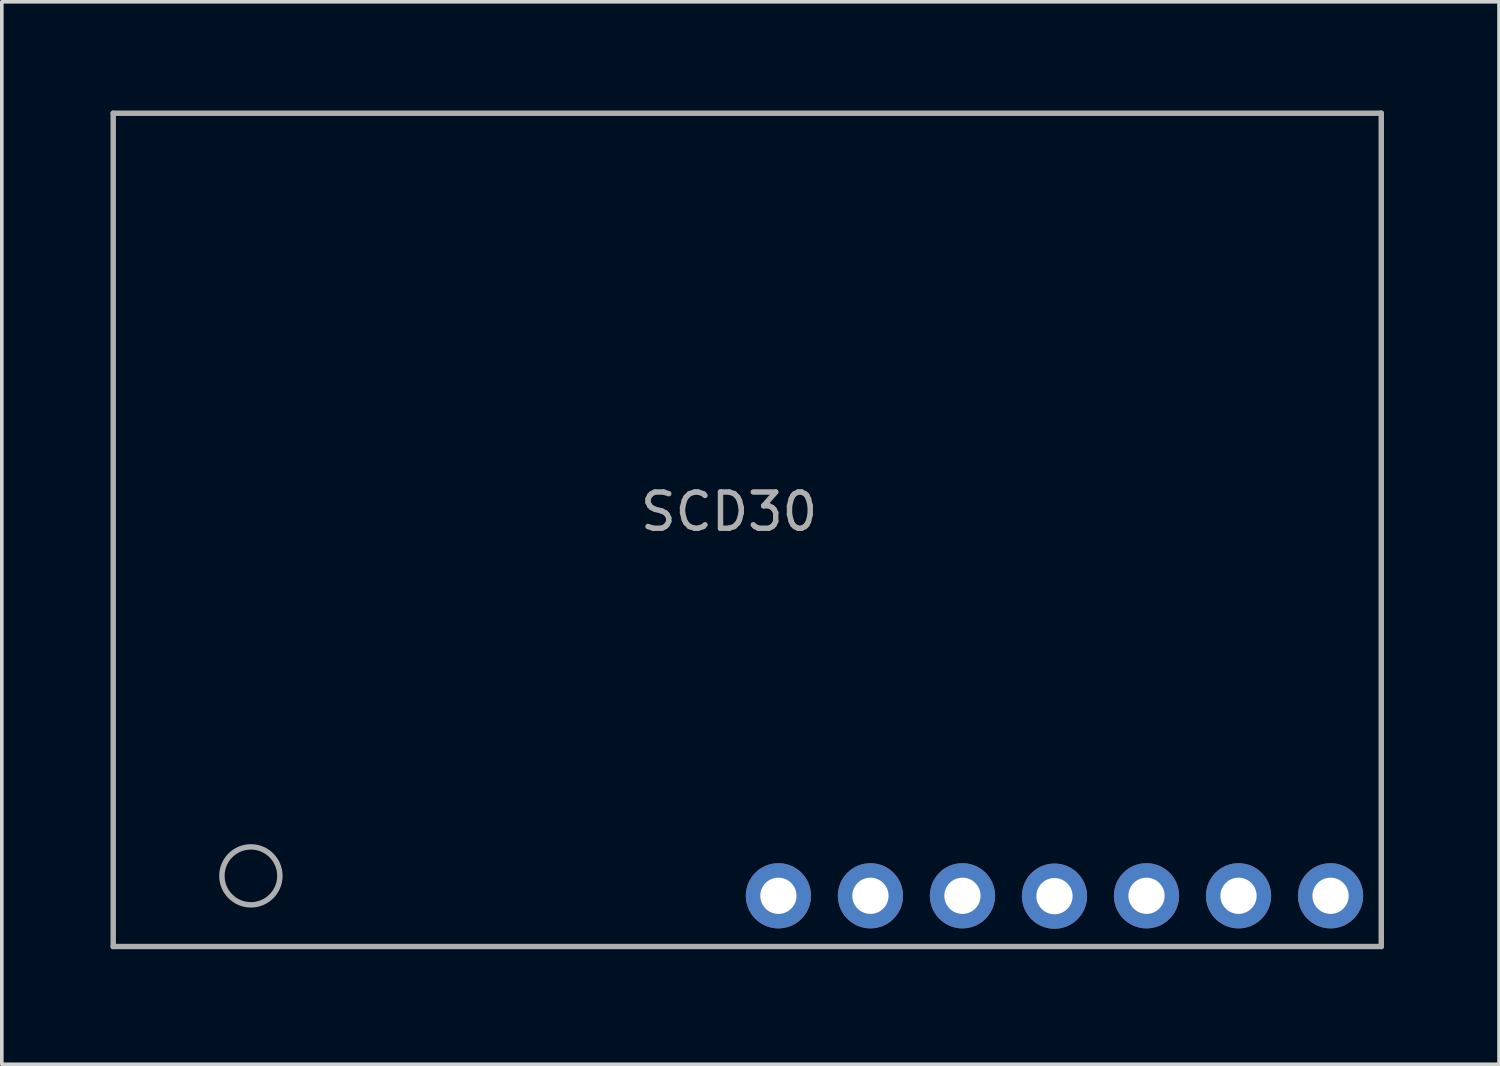
<source format=kicad_pcb>
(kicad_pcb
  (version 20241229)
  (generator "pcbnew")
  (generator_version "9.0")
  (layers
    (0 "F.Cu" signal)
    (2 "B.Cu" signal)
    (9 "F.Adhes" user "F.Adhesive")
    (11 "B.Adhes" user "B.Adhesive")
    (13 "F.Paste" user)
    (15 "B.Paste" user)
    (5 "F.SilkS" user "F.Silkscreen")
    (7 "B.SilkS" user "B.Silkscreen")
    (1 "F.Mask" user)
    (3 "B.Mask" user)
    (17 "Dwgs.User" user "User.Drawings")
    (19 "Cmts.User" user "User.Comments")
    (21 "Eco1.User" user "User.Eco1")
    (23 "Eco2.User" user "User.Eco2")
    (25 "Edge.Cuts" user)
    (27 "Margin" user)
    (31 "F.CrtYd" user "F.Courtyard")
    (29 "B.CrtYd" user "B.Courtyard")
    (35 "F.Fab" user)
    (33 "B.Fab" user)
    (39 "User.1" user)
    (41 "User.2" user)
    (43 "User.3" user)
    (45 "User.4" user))
  (footprint "SCD30"
    (layer "F.Cu")
    (at 35.075 23.075)
    (property "Reference" "SCD30" (at -18 -12 0) (layer "F.Fab") (effects (font (size 1 1) (thickness 0.15))))
    (attr through_hole)
    (fp_line (start -35 -23) (end 0 -23) (stroke (width 0.15) (type solid)) (layer "F.Fab"))
    (fp_line (start -35 0) (end -35 -23) (stroke (width 0.15) (type solid)) (layer "F.Fab"))
    (fp_line (start 0 -23) (end 0 0) (stroke (width 0.15) (type solid)) (layer "F.Fab"))
    (fp_line (start 0 0) (end -35 0) (stroke (width 0.15) (type solid)) (layer "F.Fab"))
    (fp_circle (center -31.2 -1.95) (end -32 -1.95) (stroke (width 0.15) (type solid)) (fill no) (layer "F.Fab"))
    (pad "1" thru_hole circle (at -1.4 -1.4) (size 1.8 1.8) (drill 1) (layers "*.Cu" "*.Mask"))
    (pad "2" thru_hole circle (at -3.94 -1.4) (size 1.8 1.8) (drill 1) (layers "*.Cu" "*.Mask"))
    (pad "3" thru_hole circle (at -6.48 -1.4) (size 1.8 1.8) (drill 1) (layers "*.Cu" "*.Mask"))
    (pad "4" thru_hole circle (at -9.02 -1.39) (size 1.8 1.8) (drill 1) (layers "*.Cu" "*.Mask"))
    (pad "5" thru_hole circle (at -11.56 -1.4) (size 1.8 1.8) (drill 1) (layers "*.Cu" "*.Mask"))
    (pad "6" thru_hole circle (at -14.1 -1.4) (size 1.8 1.8) (drill 1) (layers "*.Cu" "*.Mask"))
    (pad "7" thru_hole circle (at -16.64 -1.4) (size 1.8 1.8) (drill 1) (layers "*.Cu" "*.Mask")))
  (gr_rect
    (start -3 -3)
    (end 38.325 26.325)
    (stroke (width 0.1) (type default))
    (fill no)
    (layer "Edge.Cuts")))
</source>
